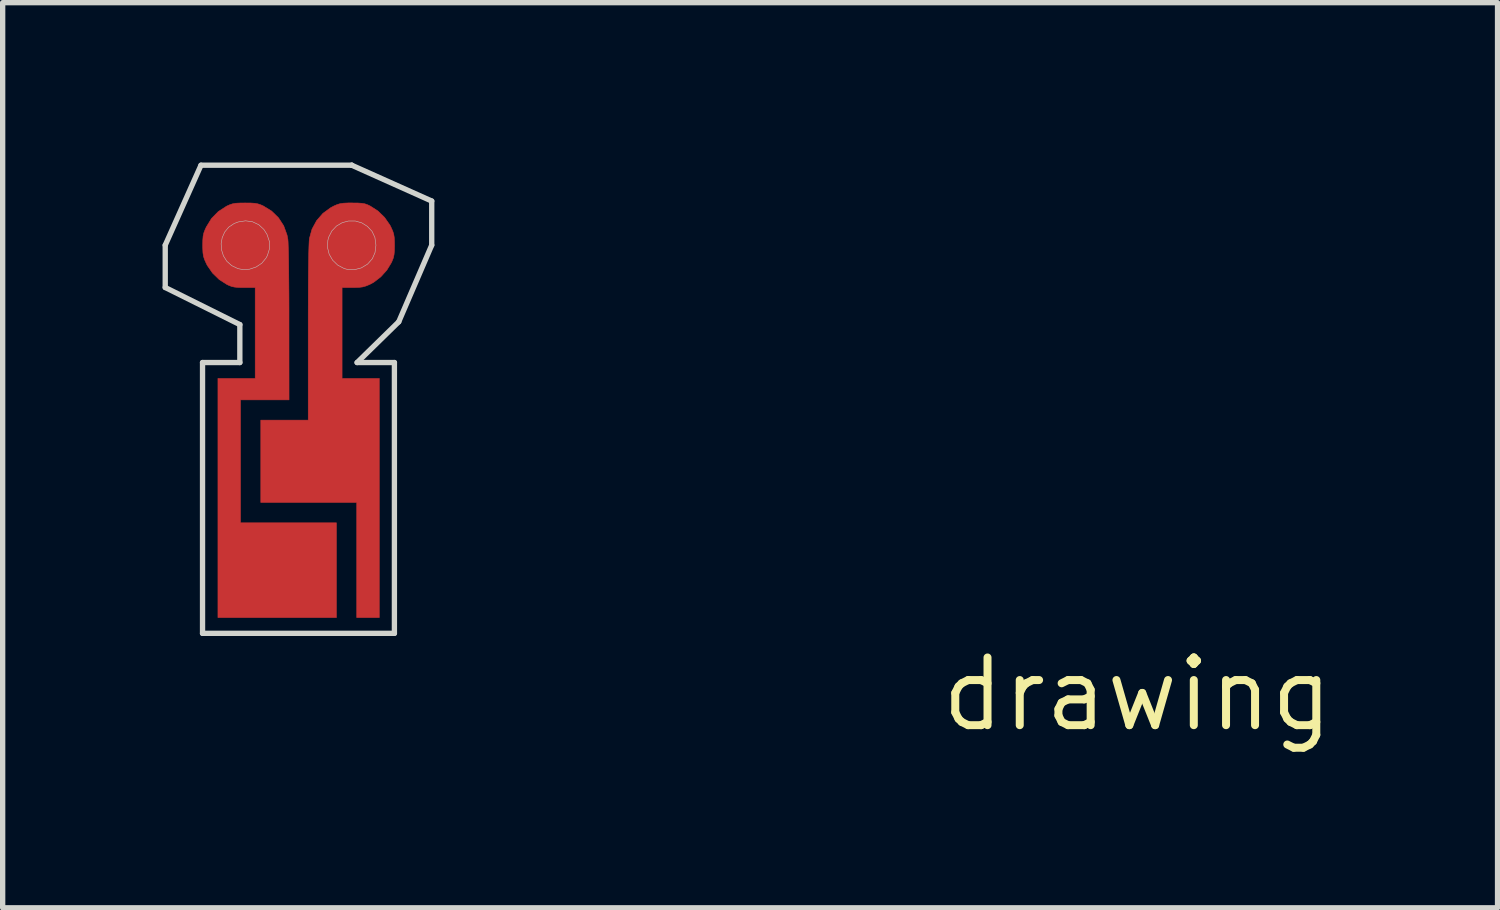
<source format=kicad_pcb>
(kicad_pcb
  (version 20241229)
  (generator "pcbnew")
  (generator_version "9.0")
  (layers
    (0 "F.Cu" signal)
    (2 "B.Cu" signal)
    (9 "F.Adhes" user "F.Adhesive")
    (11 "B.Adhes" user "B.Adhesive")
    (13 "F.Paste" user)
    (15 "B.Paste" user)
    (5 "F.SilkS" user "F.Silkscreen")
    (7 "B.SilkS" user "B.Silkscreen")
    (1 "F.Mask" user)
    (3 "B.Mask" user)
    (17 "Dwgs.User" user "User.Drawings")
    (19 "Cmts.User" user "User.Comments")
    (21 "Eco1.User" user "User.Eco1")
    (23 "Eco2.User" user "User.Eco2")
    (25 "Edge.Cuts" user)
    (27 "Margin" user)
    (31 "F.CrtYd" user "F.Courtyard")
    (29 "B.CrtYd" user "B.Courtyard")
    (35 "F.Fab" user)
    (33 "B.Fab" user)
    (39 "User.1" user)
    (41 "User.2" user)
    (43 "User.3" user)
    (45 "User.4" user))
  (footprint "drawing"
    (layer "F.Cu")
    (at 18.29 9.976)
    (property "Reference" "drawing" (at 0 0 0) (layer "F.SilkS") (effects (font (size 1.27 1.27) (thickness 0.15))))
    (attr through_hole)
    (fp_poly (pts (xy -14.627 -9.217) (xy -14.552 -9.212) (xy -14.494 -9.202) (xy -14.441 -9.183) (xy -14.393 -9.16) (xy -14.251 -9.069) (xy -14.125 -8.947) (xy -14.025 -8.804) (xy -14.004 -8.763) (xy -13.972 -8.692) (xy -13.953 -8.633) (xy -13.943 -8.57) (xy -13.939 -8.489) (xy -13.938 -8.424) (xy -13.94 -8.322) (xy -13.947 -8.247) (xy -13.961 -8.185) (xy -13.986 -8.122) (xy -13.998 -8.096) (xy -14.082 -7.958) (xy -14.196 -7.832) (xy -14.328 -7.73) (xy -14.402 -7.69) (xy -14.472 -7.661) (xy -14.534 -7.643) (xy -14.604 -7.634) (xy -14.697 -7.631) (xy -14.727 -7.631) (xy -14.922 -7.631) (xy -14.922 -5.927) (xy -14.224 -5.927) (xy -14.224 -1.439) (xy -14.647 -1.439) (xy -14.647 -3.598) (xy -16.447 -3.598) (xy -16.447 -5.144) (xy -15.557 -5.144) (xy -15.557 -6.779) (xy -15.557 -7.114) (xy -15.556 -7.418) (xy -15.555 -7.689) (xy -15.553 -7.926) (xy -15.55 -8.128) (xy -15.547 -8.293) (xy -15.543 -8.42) (xy -15.539 -8.507) (xy -15.535 -8.551) (xy -15.486 -8.727) (xy -15.4 -8.886) (xy -15.282 -9.022) (xy -15.136 -9.129) (xy -15.074 -9.162) (xy -15.014 -9.188) (xy -14.958 -9.205) (xy -14.895 -9.214) (xy -14.811 -9.218) (xy -14.732 -9.218) (xy -14.627 -9.217)) (stroke (width 0.01) (type solid)) (fill yes) (layer "F.Cu"))
    (fp_poly (pts (xy -16.637 -9.217) (xy -16.56 -9.212) (xy -16.501 -9.201) (xy -16.445 -9.182) (xy -16.4 -9.162) (xy -16.244 -9.066) (xy -16.115 -8.94) (xy -16.017 -8.789) (xy -15.955 -8.618) (xy -15.939 -8.538) (xy -15.935 -8.489) (xy -15.932 -8.401) (xy -15.928 -8.277) (xy -15.925 -8.12) (xy -15.923 -7.934) (xy -15.921 -7.722) (xy -15.919 -7.486) (xy -15.918 -7.231) (xy -15.918 -6.959) (xy -15.918 -6.959) (xy -15.917 -5.524) (xy -16.828 -5.524) (xy -16.828 -3.217) (xy -15.028 -3.217) (xy -15.028 -1.439) (xy -17.251 -1.439) (xy -17.251 -5.927) (xy -16.552 -5.927) (xy -16.552 -7.631) (xy -16.759 -7.631) (xy -16.861 -7.632) (xy -16.935 -7.639) (xy -16.994 -7.651) (xy -17.051 -7.674) (xy -17.083 -7.689) (xy -17.227 -7.781) (xy -17.353 -7.904) (xy -17.453 -8.049) (xy -17.471 -8.086) (xy -17.503 -8.157) (xy -17.522 -8.217) (xy -17.532 -8.281) (xy -17.536 -8.364) (xy -17.537 -8.424) (xy -17.535 -8.524) (xy -17.529 -8.597) (xy -17.515 -8.658) (xy -17.491 -8.721) (xy -17.469 -8.768) (xy -17.372 -8.926) (xy -17.244 -9.057) (xy -17.09 -9.157) (xy -17.086 -9.159) (xy -17.026 -9.186) (xy -16.973 -9.203) (xy -16.914 -9.213) (xy -16.836 -9.217) (xy -16.743 -9.218) (xy -16.637 -9.217)) (stroke (width 0.01) (type solid)) (fill yes) (layer "F.Cu"))
    (fp_poly (pts (xy -16.602 -8.865) (xy -16.485 -8.81) (xy -16.388 -8.72) (xy -16.33 -8.627) (xy -16.285 -8.494) (xy -16.283 -8.362) (xy -16.323 -8.232) (xy -16.348 -8.185) (xy -16.428 -8.088) (xy -16.534 -8.017) (xy -16.655 -7.976) (xy -16.782 -7.968) (xy -16.876 -7.986) (xy -16.994 -8.043) (xy -17.085 -8.125) (xy -17.148 -8.225) (xy -17.183 -8.337) (xy -17.191 -8.453) (xy -17.171 -8.567) (xy -17.124 -8.673) (xy -17.049 -8.764) (xy -16.946 -8.833) (xy -16.873 -8.861) (xy -16.733 -8.883) (xy -16.602 -8.865)) (stroke (width 0.01) (type solid)) (fill no) (layer "Dwgs.User"))
    (fp_poly (pts (xy -14.675 -8.88) (xy -14.553 -8.845) (xy -14.448 -8.78) (xy -14.359 -8.684) (xy -14.306 -8.571) (xy -14.288 -8.435) (xy -14.287 -8.424) (xy -14.304 -8.287) (xy -14.354 -8.172) (xy -14.44 -8.075) (xy -14.448 -8.068) (xy -14.563 -7.999) (xy -14.69 -7.966) (xy -14.821 -7.971) (xy -14.883 -7.988) (xy -15.004 -8.052) (xy -15.099 -8.144) (xy -15.164 -8.256) (xy -15.195 -8.382) (xy -15.189 -8.514) (xy -15.174 -8.575) (xy -15.114 -8.693) (xy -15.027 -8.785) (xy -14.92 -8.848) (xy -14.8 -8.88) (xy -14.675 -8.88)) (stroke (width 0.01) (type solid)) (fill no) (layer "Dwgs.User"))
    (fp_line (start -18.24 -8.426) (end -18.24 -7.632) (stroke (width 0.1) (type solid)) (layer "Edge.Cuts"))
    (fp_line (start -18.24 -7.632) (end -16.84 -6.936) (stroke (width 0.1) (type solid)) (layer "Edge.Cuts"))
    (fp_line (start -17.569 -9.926) (end -18.24 -8.426) (stroke (width 0.1) (type solid)) (layer "Edge.Cuts"))
    (fp_line (start -17.54 -6.224) (end -17.54 -1.143) (stroke (width 0.1) (type solid)) (layer "Edge.Cuts"))
    (fp_line (start -17.54 -1.143) (end -13.94 -1.143) (stroke (width 0.1) (type solid)) (layer "Edge.Cuts"))
    (fp_line (start -16.84 -6.936) (end -16.84 -6.224) (stroke (width 0.1) (type solid)) (layer "Edge.Cuts"))
    (fp_line (start -16.84 -6.224) (end -17.54 -6.224) (stroke (width 0.1) (type solid)) (layer "Edge.Cuts"))
    (fp_line (start -14.74 -9.926) (end -17.569 -9.926) (stroke (width 0.1) (type solid)) (layer "Edge.Cuts"))
    (fp_line (start -14.74 -9.926) (end -14.74 -9.926) (stroke (width 0.1) (type solid)) (layer "Edge.Cuts"))
    (fp_line (start -14.64 -6.224) (end -13.859 -6.988) (stroke (width 0.1) (type solid)) (layer "Edge.Cuts"))
    (fp_line (start -13.94 -6.224) (end -14.64 -6.224) (stroke (width 0.1) (type solid)) (layer "Edge.Cuts"))
    (fp_line (start -13.94 -1.143) (end -13.94 -6.224) (stroke (width 0.1) (type solid)) (layer "Edge.Cuts"))
    (fp_line (start -13.859 -6.988) (end -13.24 -8.426) (stroke (width 0.1) (type solid)) (layer "Edge.Cuts"))
    (fp_line (start -13.24 -9.254) (end -14.74 -9.926) (stroke (width 0.1) (type solid)) (layer "Edge.Cuts"))
    (fp_line (start -13.24 -8.426) (end -13.24 -9.254) (stroke (width 0.1) (type solid)) (layer "Edge.Cuts")))
  (gr_rect
    (start -3 -3)
    (end 25.047 13.982)
    (stroke (width 0.1) (type default))
    (fill no)
    (layer "Edge.Cuts")))
</source>
